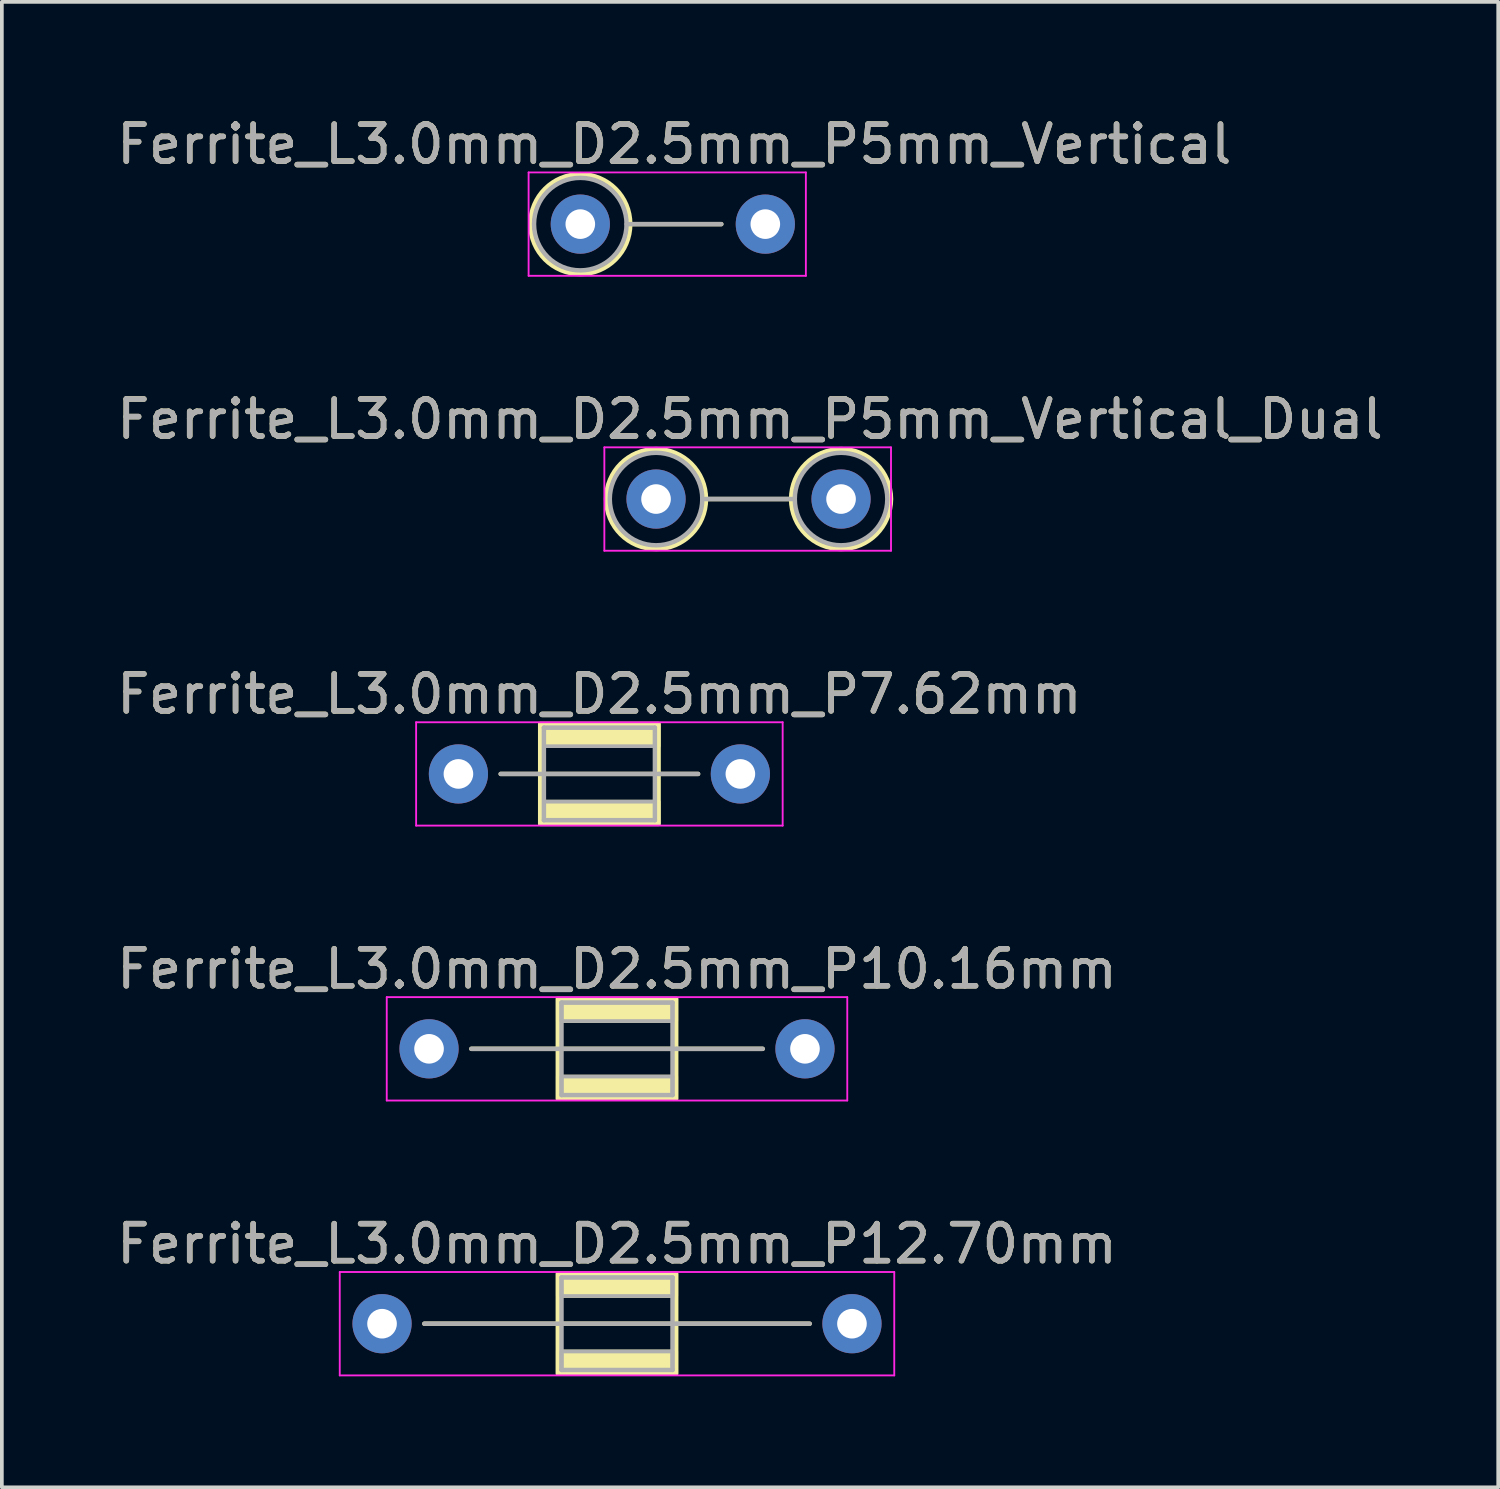
<source format=kicad_pcb>
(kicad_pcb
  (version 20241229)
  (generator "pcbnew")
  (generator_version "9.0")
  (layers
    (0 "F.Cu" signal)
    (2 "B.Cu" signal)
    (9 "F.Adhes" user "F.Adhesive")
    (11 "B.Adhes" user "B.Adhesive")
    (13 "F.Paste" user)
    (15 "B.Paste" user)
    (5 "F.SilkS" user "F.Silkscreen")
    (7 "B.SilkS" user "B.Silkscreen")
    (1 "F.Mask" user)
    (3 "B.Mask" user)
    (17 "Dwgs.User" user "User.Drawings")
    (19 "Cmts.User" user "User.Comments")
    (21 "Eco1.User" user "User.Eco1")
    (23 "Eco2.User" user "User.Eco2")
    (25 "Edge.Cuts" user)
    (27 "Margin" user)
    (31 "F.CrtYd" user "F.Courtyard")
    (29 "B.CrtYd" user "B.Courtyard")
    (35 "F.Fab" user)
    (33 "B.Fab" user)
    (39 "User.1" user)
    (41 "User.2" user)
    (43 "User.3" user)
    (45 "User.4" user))
  (footprint "Ferrite_L3.0mm_D2.5mm_P7.62mm"
    (layer "F.Cu")
    (at 9.339 17.866)
    (property "Reference" "Ferrite_L3.0mm_D2.5mm_P7.62mm" (at 3.81 -2.159 0) (layer "F.SilkS") (effects (font (size 1 1) (thickness 0.15))))
    (fp_line (start 5.424 0.000002) (end 1.143 0) (stroke (width 0.12) (type solid)) (layer "F.SilkS"))
    (fp_line (start 5.424 0.000002) (end 6.477 0) (stroke (width 0.12) (type solid)) (layer "F.SilkS"))
    (fp_rect (start 2.21 -1.35) (end 5.41 1.35) (stroke (width 0.12) (type solid)) (fill no) (layer "F.SilkS"))
    (fp_poly (pts (xy 5.41 -0.75) (xy 2.21 -0.75) (xy 2.21 -1.35) (xy 5.41 -1.35)) (stroke (width 0.1) (type solid)) (fill yes) (layer "F.SilkS"))
    (fp_poly (pts (xy 5.41 1.35) (xy 2.21 1.35) (xy 2.21 0.75) (xy 5.41 0.75)) (stroke (width 0.1) (type solid)) (fill yes) (layer "F.SilkS"))
    (fp_line (start -1.143 -1.397) (end 8.763 -1.397) (stroke (width 0.05) (type solid)) (layer "F.CrtYd"))
    (fp_line (start -1.143 1.397) (end -1.143 -1.397) (stroke (width 0.05) (type solid)) (layer "F.CrtYd"))
    (fp_line (start 8.763 -1.397) (end 8.763 1.397) (stroke (width 0.05) (type solid)) (layer "F.CrtYd"))
    (fp_line (start 8.763 1.397) (end -1.143 1.397) (stroke (width 0.05) (type solid)) (layer "F.CrtYd"))
    (fp_line (start 2.31 -1.25) (end 2.31 0) (stroke (width 0.12) (type solid)) (layer "F.Fab"))
    (fp_line (start 2.31 0) (end 2.31 1.25) (stroke (width 0.12) (type solid)) (layer "F.Fab"))
    (fp_line (start 2.31 1.25) (end 5.31 1.25) (stroke (width 0.12) (type solid)) (layer "F.Fab"))
    (fp_line (start 5.31 -1.25) (end 2.31 -1.25) (stroke (width 0.12) (type solid)) (layer "F.Fab"))
    (fp_line (start 5.31 1.25) (end 5.31 -1.25) (stroke (width 0.12) (type solid)) (layer "F.Fab"))
    (fp_line (start 5.424 0.000002) (end 1.143 0) (stroke (width 0.12) (type solid)) (layer "F.Fab"))
    (fp_line (start 5.424 0.000002) (end 6.477 0) (stroke (width 0.12) (type solid)) (layer "F.Fab"))
    (fp_poly (pts (xy 5.31 -0.75) (xy 2.31 -0.75) (xy 2.31 -1.25) (xy 5.31 -1.25)) (stroke (width 0.1) (type solid)) (fill no) (layer "F.Fab"))
    (fp_poly (pts (xy 5.31 1.25) (xy 2.31 1.25) (xy 2.31 0.75) (xy 5.31 0.75)) (stroke (width 0.1) (type solid)) (fill no) (layer "F.Fab"))
    (fp_text user "${REFERENCE}" (at 3.81 -2.158 0) (layer "F.Fab") (effects (font (size 1 1) (thickness 0.15))))
    (pad "1" thru_hole circle (at 0 0) (size 1.6 1.6) (drill 0.8) (layers "*.Cu" "*.Mask"))
    (pad "2" thru_hole circle (at 7.62 0) (size 1.6 1.6) (drill 0.8) (layers "*.Cu" "*.Mask")))
  (footprint "Ferrite_L3.0mm_D2.5mm_P12.70mm"
    (layer "F.Cu")
    (at 7.275 32.724)
    (property "Reference" "Ferrite_L3.0mm_D2.5mm_P12.70mm" (at 6.35 -2.159 0) (layer "F.SilkS") (effects (font (size 1 1) (thickness 0.15))))
    (fp_line (start 7.964 0.000002) (end 1.143 0) (stroke (width 0.12) (type solid)) (layer "F.SilkS"))
    (fp_line (start 7.964 0.000002) (end 11.557 0) (stroke (width 0.12) (type solid)) (layer "F.SilkS"))
    (fp_rect (start 4.75 -1.35) (end 7.95 1.35) (stroke (width 0.12) (type solid)) (fill no) (layer "F.SilkS"))
    (fp_poly (pts (xy 7.95 -0.75) (xy 4.75 -0.75) (xy 4.75 -1.35) (xy 7.95 -1.35)) (stroke (width 0.1) (type solid)) (fill yes) (layer "F.SilkS"))
    (fp_poly (pts (xy 7.95 1.35) (xy 4.75 1.35) (xy 4.75 0.75) (xy 7.95 0.75)) (stroke (width 0.1) (type solid)) (fill yes) (layer "F.SilkS"))
    (fp_line (start -1.143 -1.397) (end 13.843 -1.397) (stroke (width 0.05) (type solid)) (layer "F.CrtYd"))
    (fp_line (start -1.143 1.397) (end -1.143 -1.397) (stroke (width 0.05) (type solid)) (layer "F.CrtYd"))
    (fp_line (start 13.843 -1.397) (end 13.843 1.397) (stroke (width 0.05) (type solid)) (layer "F.CrtYd"))
    (fp_line (start 13.843 1.397) (end -1.143 1.397) (stroke (width 0.05) (type solid)) (layer "F.CrtYd"))
    (fp_line (start 4.85 -1.25) (end 4.85 0) (stroke (width 0.12) (type solid)) (layer "F.Fab"))
    (fp_line (start 4.85 0) (end 4.85 1.25) (stroke (width 0.12) (type solid)) (layer "F.Fab"))
    (fp_line (start 4.85 1.25) (end 7.85 1.25) (stroke (width 0.12) (type solid)) (layer "F.Fab"))
    (fp_line (start 7.85 -1.25) (end 4.85 -1.25) (stroke (width 0.12) (type solid)) (layer "F.Fab"))
    (fp_line (start 7.85 1.25) (end 7.85 -1.25) (stroke (width 0.12) (type solid)) (layer "F.Fab"))
    (fp_line (start 7.964 0.000002) (end 1.143 0) (stroke (width 0.12) (type solid)) (layer "F.Fab"))
    (fp_line (start 7.964 0.000002) (end 11.557 0) (stroke (width 0.12) (type solid)) (layer "F.Fab"))
    (fp_poly (pts (xy 7.85 -0.75) (xy 4.85 -0.75) (xy 4.85 -1.25) (xy 7.85 -1.25)) (stroke (width 0.1) (type solid)) (fill no) (layer "F.Fab"))
    (fp_poly (pts (xy 7.85 1.25) (xy 4.85 1.25) (xy 4.85 0.75) (xy 7.85 0.75)) (stroke (width 0.1) (type solid)) (fill no) (layer "F.Fab"))
    (fp_text user "${REFERENCE}" (at 6.35 -2.158 0) (layer "F.Fab") (effects (font (size 1 1) (thickness 0.15))))
    (pad "1" thru_hole circle (at 0 0) (size 1.6 1.6) (drill 0.8) (layers "*.Cu" "*.Mask"))
    (pad "2" thru_hole circle (at 12.7 0) (size 1.6 1.6) (drill 0.8) (layers "*.Cu" "*.Mask")))
  (footprint "Ferrite_L3.0mm_D2.5mm_P5mm_Vertical_Dual"
    (layer "F.Cu")
    (at 14.68 10.437)
    (property "Reference" "Ferrite_L3.0mm_D2.5mm_P5mm_Vertical_Dual" (at 2.54 -2.159 0) (layer "F.SilkS") (effects (font (size 1 1) (thickness 0.15))))
    (fp_line (start 1.35 0) (end 3.65 0) (stroke (width 0.12) (type solid)) (layer "F.SilkS"))
    (fp_circle (center 0 0) (end 1.35 0) (stroke (width 0.12) (type solid)) (fill no) (layer "F.SilkS"))
    (fp_circle (center 5 0) (end 6.35 0) (stroke (width 0.12) (type solid)) (fill no) (layer "F.SilkS"))
    (fp_line (start -1.397 -1.397) (end 6.35 -1.397) (stroke (width 0.05) (type solid)) (layer "F.CrtYd"))
    (fp_line (start -1.397 1.397) (end -1.397 -1.397) (stroke (width 0.05) (type solid)) (layer "F.CrtYd"))
    (fp_line (start 6.35 -1.397) (end 6.35 1.397) (stroke (width 0.05) (type solid)) (layer "F.CrtYd"))
    (fp_line (start 6.35 1.397) (end -1.397 1.397) (stroke (width 0.05) (type solid)) (layer "F.CrtYd"))
    (fp_line (start 1.25 0) (end 3.75 0) (stroke (width 0.12) (type solid)) (layer "F.Fab"))
    (fp_circle (center 0 0) (end 1.25 0) (stroke (width 0.12) (type solid)) (fill no) (layer "F.Fab"))
    (fp_circle (center 5 0) (end 6.25 0) (stroke (width 0.12) (type solid)) (fill no) (layer "F.Fab"))
    (fp_text user "${REFERENCE}" (at 2.54 -2.158 0) (layer "F.Fab") (effects (font (size 1 1) (thickness 0.15))))
    (pad "1" thru_hole circle (at 0 0) (size 1.6 1.6) (drill 0.8) (layers "*.Cu" "*.Mask"))
    (pad "2" thru_hole circle (at 5 0) (size 1.6 1.6) (drill 0.8) (layers "*.Cu" "*.Mask")))
  (footprint "Ferrite_L3.0mm_D2.5mm_P5mm_Vertical"
    (layer "F.Cu")
    (at 12.633 3.007)
    (property "Reference" "Ferrite_L3.0mm_D2.5mm_P5mm_Vertical" (at 2.54 -2.159 0) (layer "F.SilkS") (effects (font (size 1 1) (thickness 0.15))))
    (fp_line (start 1.35 0) (end 3.81 0) (stroke (width 0.12) (type solid)) (layer "F.SilkS"))
    (fp_circle (center 0 0) (end 1.35 0) (stroke (width 0.12) (type solid)) (fill no) (layer "F.SilkS"))
    (fp_line (start -1.397 -1.397) (end 6.096 -1.397) (stroke (width 0.05) (type solid)) (layer "F.CrtYd"))
    (fp_line (start -1.397 1.397) (end -1.397 -1.397) (stroke (width 0.05) (type solid)) (layer "F.CrtYd"))
    (fp_line (start 6.096 -1.397) (end 6.096 1.397) (stroke (width 0.05) (type solid)) (layer "F.CrtYd"))
    (fp_line (start 6.096 1.397) (end -1.397 1.397) (stroke (width 0.05) (type solid)) (layer "F.CrtYd"))
    (fp_line (start 1.25 0) (end 3.81 0) (stroke (width 0.12) (type solid)) (layer "F.Fab"))
    (fp_circle (center 0 0) (end 1.25 0) (stroke (width 0.12) (type solid)) (fill no) (layer "F.Fab"))
    (fp_text user "${REFERENCE}" (at 2.54 -2.158 0) (layer "F.Fab") (effects (font (size 1 1) (thickness 0.15))))
    (pad "1" thru_hole circle (at 0 0) (size 1.6 1.6) (drill 0.8) (layers "*.Cu" "*.Mask"))
    (pad "2" thru_hole circle (at 5 0) (size 1.6 1.6) (drill 0.8) (layers "*.Cu" "*.Mask")))
  (footprint "Ferrite_L3.0mm_D2.5mm_P10.16mm"
    (layer "F.Cu")
    (at 8.545 25.295)
    (property "Reference" "Ferrite_L3.0mm_D2.5mm_P10.16mm" (at 5.08 -2.159 0) (layer "F.SilkS") (effects (font (size 1 1) (thickness 0.15))))
    (fp_line (start 6.694 0.000002) (end 1.143 0) (stroke (width 0.12) (type solid)) (layer "F.SilkS"))
    (fp_line (start 6.694 0.000002) (end 9.017 0) (stroke (width 0.12) (type solid)) (layer "F.SilkS"))
    (fp_rect (start 3.48 -1.35) (end 6.68 1.35) (stroke (width 0.12) (type solid)) (fill no) (layer "F.SilkS"))
    (fp_poly (pts (xy 6.68 -0.75) (xy 3.48 -0.75) (xy 3.48 -1.35) (xy 6.68 -1.35)) (stroke (width 0.1) (type solid)) (fill yes) (layer "F.SilkS"))
    (fp_poly (pts (xy 6.68 1.35) (xy 3.48 1.35) (xy 3.48 0.75) (xy 6.68 0.75)) (stroke (width 0.1) (type solid)) (fill yes) (layer "F.SilkS"))
    (fp_line (start -1.143 -1.397) (end 11.303 -1.397) (stroke (width 0.05) (type solid)) (layer "F.CrtYd"))
    (fp_line (start -1.143 1.397) (end -1.143 -1.397) (stroke (width 0.05) (type solid)) (layer "F.CrtYd"))
    (fp_line (start 11.303 -1.397) (end 11.303 1.397) (stroke (width 0.05) (type solid)) (layer "F.CrtYd"))
    (fp_line (start 11.303 1.397) (end -1.143 1.397) (stroke (width 0.05) (type solid)) (layer "F.CrtYd"))
    (fp_line (start 3.58 -1.25) (end 3.58 0) (stroke (width 0.12) (type solid)) (layer "F.Fab"))
    (fp_line (start 3.58 0) (end 3.58 1.25) (stroke (width 0.12) (type solid)) (layer "F.Fab"))
    (fp_line (start 3.58 1.25) (end 6.58 1.25) (stroke (width 0.12) (type solid)) (layer "F.Fab"))
    (fp_line (start 6.58 -1.25) (end 3.58 -1.25) (stroke (width 0.12) (type solid)) (layer "F.Fab"))
    (fp_line (start 6.58 1.25) (end 6.58 -1.25) (stroke (width 0.12) (type solid)) (layer "F.Fab"))
    (fp_line (start 6.694 0.000002) (end 1.143 0) (stroke (width 0.12) (type solid)) (layer "F.Fab"))
    (fp_line (start 6.694 0.000002) (end 9.017 0) (stroke (width 0.12) (type solid)) (layer "F.Fab"))
    (fp_poly (pts (xy 6.58 -0.75) (xy 3.58 -0.75) (xy 3.58 -1.25) (xy 6.58 -1.25)) (stroke (width 0.1) (type solid)) (fill no) (layer "F.Fab"))
    (fp_poly (pts (xy 6.58 1.25) (xy 3.58 1.25) (xy 3.58 0.75) (xy 6.58 0.75)) (stroke (width 0.1) (type solid)) (fill no) (layer "F.Fab"))
    (fp_text user "${REFERENCE}" (at 5.08 -2.158 0) (layer "F.Fab") (effects (font (size 1 1) (thickness 0.15))))
    (pad "1" thru_hole circle (at 0 0) (size 1.6 1.6) (drill 0.8) (layers "*.Cu" "*.Mask"))
    (pad "2" thru_hole circle (at 10.16 0) (size 1.6 1.6) (drill 0.8) (layers "*.Cu" "*.Mask")))
  (gr_rect
    (start -3 -3)
    (end 37.44 37.146)
    (stroke (width 0.1) (type default))
    (fill no)
    (layer "Edge.Cuts")))
</source>
